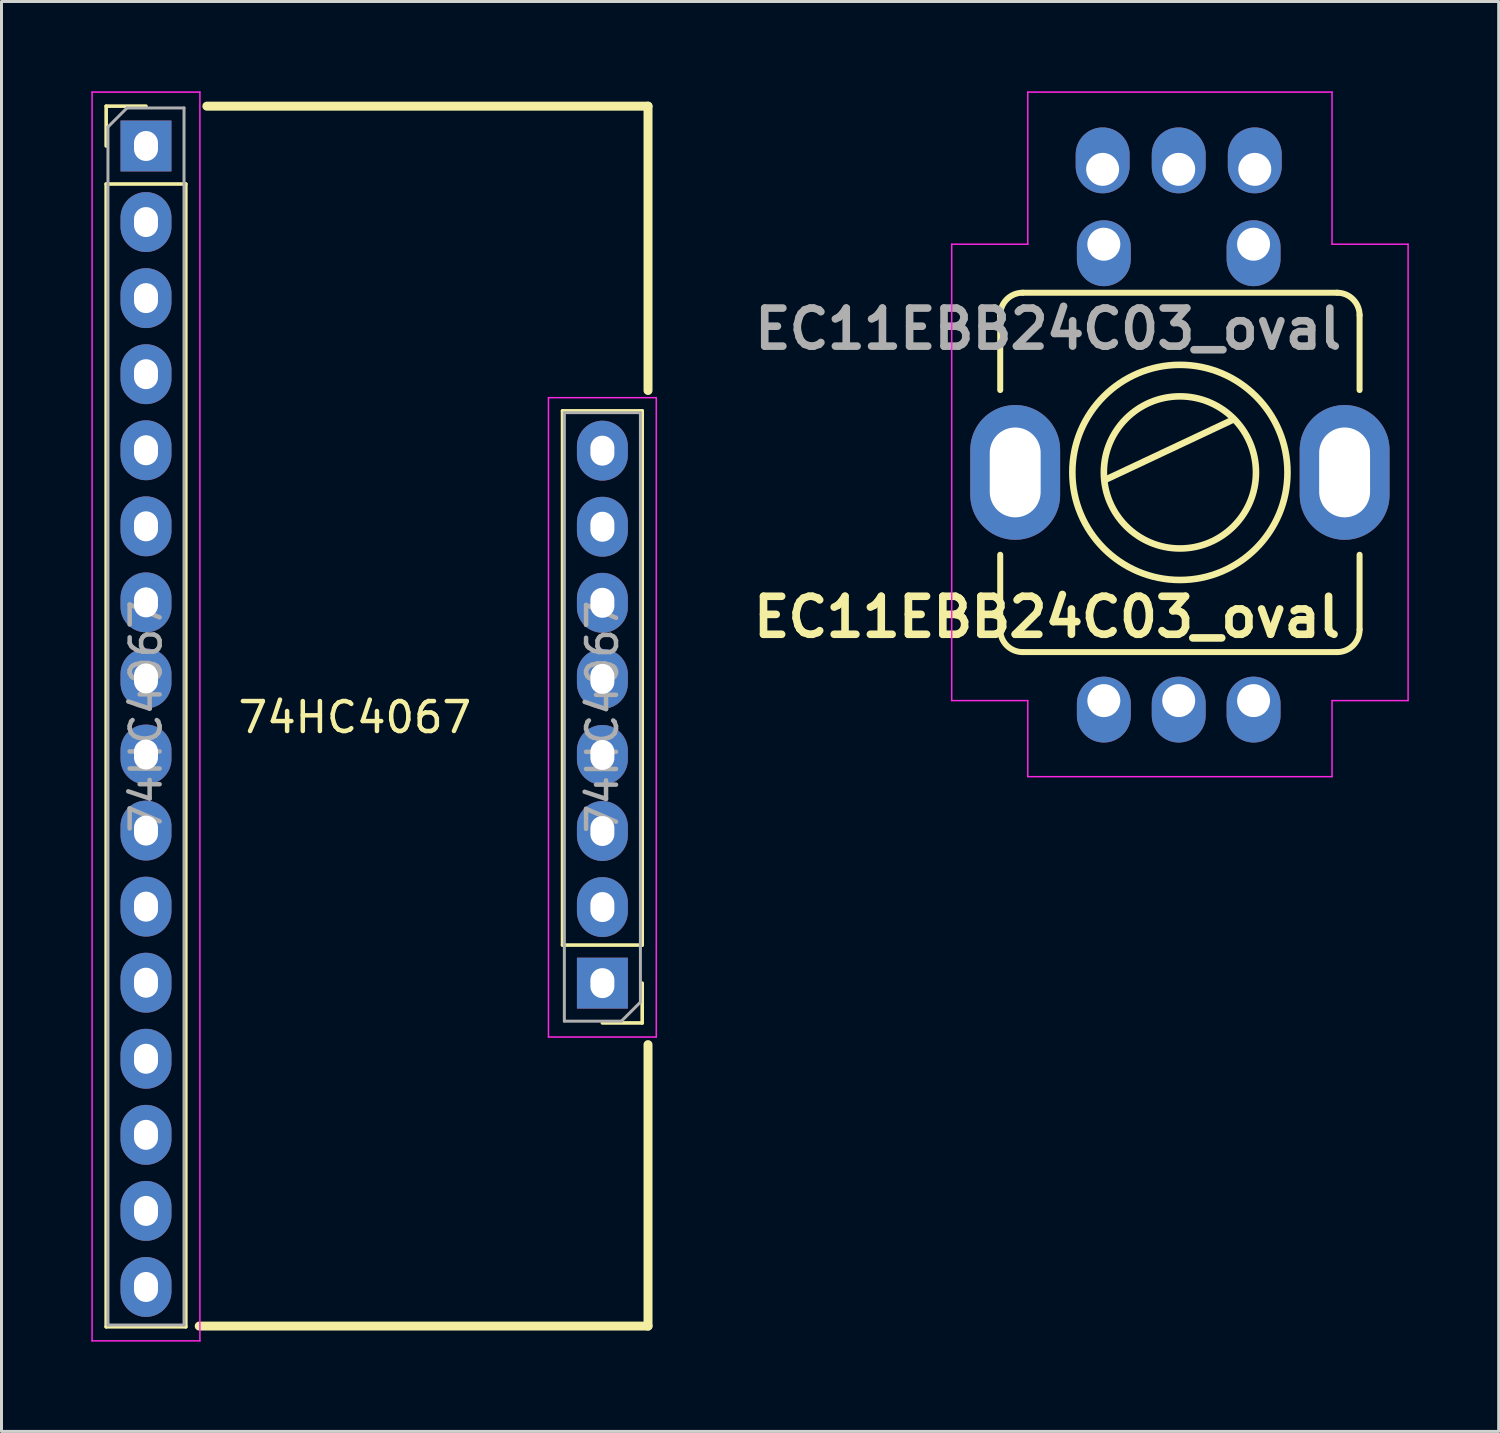
<source format=kicad_pcb>
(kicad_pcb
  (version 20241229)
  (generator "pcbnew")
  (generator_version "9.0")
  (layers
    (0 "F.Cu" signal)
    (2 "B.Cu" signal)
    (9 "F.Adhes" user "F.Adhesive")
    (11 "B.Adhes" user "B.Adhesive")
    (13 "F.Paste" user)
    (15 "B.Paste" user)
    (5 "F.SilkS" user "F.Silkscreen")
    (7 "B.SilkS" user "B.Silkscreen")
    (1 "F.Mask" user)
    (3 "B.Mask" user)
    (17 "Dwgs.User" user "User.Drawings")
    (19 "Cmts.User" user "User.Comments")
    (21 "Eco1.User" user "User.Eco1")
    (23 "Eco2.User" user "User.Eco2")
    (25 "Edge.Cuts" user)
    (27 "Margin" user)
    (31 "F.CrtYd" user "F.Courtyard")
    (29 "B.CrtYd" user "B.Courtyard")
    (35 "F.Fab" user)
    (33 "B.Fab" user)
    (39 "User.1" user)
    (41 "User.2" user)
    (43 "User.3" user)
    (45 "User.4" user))
  (footprint "74HC4067"
    (layer "F.Cu")
    (at 9.445 20.911)
    (property "Reference" "74HC4067" (at -0.646 -0.006 0) (unlocked yes) (layer "F.SilkS") (effects (font (size 1 1) (thickness 0.15))))
    (attr through_hole exclude_from_bom)
    (fp_line (start -8.95 -20.416) (end -7.62 -20.416) (stroke (width 0.12) (type solid)) (layer "F.SilkS"))
    (fp_line (start -8.95 -19.086) (end -8.95 -20.416) (stroke (width 0.12) (type solid)) (layer "F.SilkS"))
    (fp_line (start -8.95 -17.816) (end -8.95 20.344) (stroke (width 0.12) (type solid)) (layer "F.SilkS"))
    (fp_line (start -8.95 -17.816) (end -6.29 -17.816) (stroke (width 0.12) (type solid)) (layer "F.SilkS"))
    (fp_line (start -8.95 20.344) (end -6.29 20.344) (stroke (width 0.12) (type solid)) (layer "F.SilkS"))
    (fp_line (start -6.29 -17.816) (end -6.29 20.344) (stroke (width 0.12) (type solid)) (layer "F.SilkS"))
    (fp_line (start -5.842 20.32) (end 9.144 20.32) (stroke (width 0.3) (type solid)) (layer "F.SilkS"))
    (fp_line (start -5.588 -20.416) (end 9.144 -20.416) (stroke (width 0.3) (type solid)) (layer "F.SilkS"))
    (fp_line (start 6.29 7.598) (end 6.29 -10.242) (stroke (width 0.12) (type solid)) (layer "F.SilkS"))
    (fp_line (start 8.95 -10.242) (end 6.29 -10.242) (stroke (width 0.12) (type solid)) (layer "F.SilkS"))
    (fp_line (start 8.95 7.598) (end 6.29 7.598) (stroke (width 0.12) (type solid)) (layer "F.SilkS"))
    (fp_line (start 8.95 7.598) (end 8.95 -10.242) (stroke (width 0.12) (type solid)) (layer "F.SilkS"))
    (fp_line (start 8.95 8.868) (end 8.95 10.198) (stroke (width 0.12) (type solid)) (layer "F.SilkS"))
    (fp_line (start 8.95 10.198) (end 7.62 10.198) (stroke (width 0.12) (type solid)) (layer "F.SilkS"))
    (fp_line (start 9.144 -10.922) (end 9.144 -20.416) (stroke (width 0.3) (type solid)) (layer "F.SilkS"))
    (fp_line (start 9.144 20.32) (end 9.144 10.922) (stroke (width 0.3) (type solid)) (layer "F.SilkS"))
    (fp_line (start -9.42 -20.886) (end -9.42 20.814) (stroke (width 0.05) (type solid)) (layer "F.CrtYd"))
    (fp_line (start -9.42 20.814) (end -5.82 20.814) (stroke (width 0.05) (type solid)) (layer "F.CrtYd"))
    (fp_line (start -5.82 -20.886) (end -9.42 -20.886) (stroke (width 0.05) (type solid)) (layer "F.CrtYd"))
    (fp_line (start -5.82 20.814) (end -5.82 -20.886) (stroke (width 0.05) (type solid)) (layer "F.CrtYd"))
    (fp_line (start 5.82 -10.682) (end 5.82 10.668) (stroke (width 0.05) (type solid)) (layer "F.CrtYd"))
    (fp_line (start 5.82 10.668) (end 9.42 10.668) (stroke (width 0.05) (type solid)) (layer "F.CrtYd"))
    (fp_line (start 9.42 -10.682) (end 5.82 -10.682) (stroke (width 0.05) (type solid)) (layer "F.CrtYd"))
    (fp_line (start 9.42 10.668) (end 9.42 -10.682) (stroke (width 0.05) (type solid)) (layer "F.CrtYd"))
    (fp_line (start -8.89 -19.721) (end -8.255 -20.356) (stroke (width 0.1) (type solid)) (layer "F.Fab"))
    (fp_line (start -8.89 20.284) (end -8.89 -19.721) (stroke (width 0.1) (type solid)) (layer "F.Fab"))
    (fp_line (start -8.255 -20.356) (end -6.35 -20.356) (stroke (width 0.1) (type solid)) (layer "F.Fab"))
    (fp_line (start -6.35 -20.356) (end -6.35 20.284) (stroke (width 0.1) (type solid)) (layer "F.Fab"))
    (fp_line (start -6.35 20.284) (end -8.89 20.284) (stroke (width 0.1) (type solid)) (layer "F.Fab"))
    (fp_line (start 6.35 -10.182) (end 8.89 -10.182) (stroke (width 0.1) (type solid)) (layer "F.Fab"))
    (fp_line (start 6.35 10.138) (end 6.35 -10.182) (stroke (width 0.1) (type solid)) (layer "F.Fab"))
    (fp_line (start 8.255 10.138) (end 6.35 10.138) (stroke (width 0.1) (type solid)) (layer "F.Fab"))
    (fp_line (start 8.89 -10.182) (end 8.89 9.503) (stroke (width 0.1) (type solid)) (layer "F.Fab"))
    (fp_line (start 8.89 9.503) (end 8.255 10.138) (stroke (width 0.1) (type solid)) (layer "F.Fab"))
    (fp_text user "${REFERENCE}" (at -7.62 -0.036 270) (layer "F.Fab") (effects (font (size 1 1) (thickness 0.15))))
    (fp_text user "${REFERENCE}" (at 7.62 -0.022 270) (layer "F.Fab") (effects (font (size 1 1) (thickness 0.15))))
    (pad "1" thru_hole rect (at 7.62 8.868 180) (size 1.7 1.7) (drill oval 0.8 1) (layers "*.Cu" "*.Mask"))
    (pad "2" thru_hole oval (at 7.62 6.328) (size 1.7 2) (drill oval 0.8 1) (layers "*.Cu" "*.Mask"))
    (pad "3" thru_hole oval (at 7.62 3.788) (size 1.7 2) (drill oval 0.8 1) (layers "*.Cu" "*.Mask"))
    (pad "4" thru_hole oval (at 7.62 1.248) (size 1.7 2) (drill oval 0.8 1) (layers "*.Cu" "*.Mask"))
    (pad "5" thru_hole oval (at 7.62 -1.292) (size 1.7 2) (drill oval 0.8 1) (layers "*.Cu" "*.Mask"))
    (pad "6" thru_hole oval (at 7.62 -3.832) (size 1.7 2) (drill oval 0.8 1) (layers "*.Cu" "*.Mask"))
    (pad "7" thru_hole oval (at 7.62 -6.372) (size 1.7 2) (drill oval 0.8 1) (layers "*.Cu" "*.Mask"))
    (pad "8" thru_hole oval (at 7.62 -8.912) (size 1.7 2) (drill oval 0.8 1) (layers "*.Cu" "*.Mask"))
    (pad "9" thru_hole oval (at -7.62 19.014) (size 1.7 2) (drill oval 0.8 1) (layers "*.Cu" "*.Mask"))
    (pad "10" thru_hole oval (at -7.62 16.474) (size 1.7 2) (drill oval 0.8 1) (layers "*.Cu" "*.Mask"))
    (pad "11" thru_hole oval (at -7.62 13.934) (size 1.7 2) (drill oval 0.8 1) (layers "*.Cu" "*.Mask"))
    (pad "12" thru_hole oval (at -7.62 11.394) (size 1.7 2) (drill oval 0.8 1) (layers "*.Cu" "*.Mask"))
    (pad "13" thru_hole oval (at -7.62 8.854) (size 1.7 2) (drill oval 0.8 1) (layers "*.Cu" "*.Mask"))
    (pad "14" thru_hole oval (at -7.62 6.314) (size 1.7 2) (drill oval 0.8 1) (layers "*.Cu" "*.Mask"))
    (pad "15" thru_hole oval (at -7.62 3.774) (size 1.7 2) (drill oval 0.8 1) (layers "*.Cu" "*.Mask"))
    (pad "16" thru_hole oval (at -7.62 1.234) (size 1.7 2) (drill oval 0.8 1) (layers "*.Cu" "*.Mask"))
    (pad "17" thru_hole oval (at -7.62 -1.306) (size 1.7 2) (drill oval 0.8 1) (layers "*.Cu" "*.Mask"))
    (pad "18" thru_hole oval (at -7.62 -3.846) (size 1.7 2) (drill oval 0.8 1) (layers "*.Cu" "*.Mask"))
    (pad "19" thru_hole oval (at -7.62 -6.386) (size 1.7 2) (drill oval 0.8 1) (layers "*.Cu" "*.Mask"))
    (pad "20" thru_hole oval (at -7.62 -8.926) (size 1.7 2) (drill oval 0.8 1) (layers "*.Cu" "*.Mask"))
    (pad "21" thru_hole oval (at -7.62 -11.466) (size 1.7 2) (drill oval 0.8 1) (layers "*.Cu" "*.Mask"))
    (pad "22" thru_hole oval (at -7.62 -14.006) (size 1.7 2) (drill oval 0.8 1) (layers "*.Cu" "*.Mask"))
    (pad "23" thru_hole oval (at -7.62 -16.546) (size 1.7 2) (drill oval 0.8 1) (layers "*.Cu" "*.Mask"))
    (pad "24" thru_hole rect (at -7.62 -19.086 90) (size 1.7 1.7) (drill oval 1 0.8) (layers "*.Cu" "*.Mask")))
  (footprint "EC11EBB24C03_oval"
    (layer "F.Cu")
    (at 36.35 12.725)
    (property "Reference" "EC11EBB24C03_oval" (at -4.439 4.831 180) (layer "F.SilkS") (effects (font (size 1.27 1.27) (thickness 0.254))))
    (attr through_hole)
    (fp_line (start -6 -2.75) (end -6 -5.25) (stroke (width 0.2) (type default)) (layer "F.SilkS"))
    (fp_line (start -6 2.75) (end -6 5.25) (stroke (width 0.2) (type default)) (layer "F.SilkS"))
    (fp_line (start -5.25 -6) (end 5.25 -6) (stroke (width 0.2) (type default)) (layer "F.SilkS"))
    (fp_line (start -2.5 0.25) (end 1.75 -1.75) (stroke (width 0.22) (type solid)) (layer "F.SilkS"))
    (fp_line (start 5.25 6) (end -5.25 6) (stroke (width 0.2) (type default)) (layer "F.SilkS"))
    (fp_line (start 6 -2.75) (end 6 -5.25) (stroke (width 0.2) (type default)) (layer "F.SilkS"))
    (fp_line (start 6 2.75) (end 6 5.25) (stroke (width 0.2) (type default)) (layer "F.SilkS"))
    (fp_arc (start -6 -5.25) (mid -5.78033 -5.78033) (end -5.25 -6) (stroke (width 0.2) (type default)) (layer "F.SilkS"))
    (fp_arc (start -5.25 6) (mid -5.78033 5.78033) (end -6 5.25) (stroke (width 0.2) (type default)) (layer "F.SilkS"))
    (fp_arc (start 5.25 -6) (mid 5.78033 -5.78033) (end 6 -5.25) (stroke (width 0.2) (type default)) (layer "F.SilkS"))
    (fp_arc (start 6 5.25) (mid 5.78033 5.78033) (end 5.25 6) (stroke (width 0.2) (type default)) (layer "F.SilkS"))
    (fp_circle (center 0 0) (end 2.54 0) (stroke (width 0.22) (type solid)) (fill no) (layer "F.SilkS"))
    (fp_circle (center 0 0) (end 3.592 0) (stroke (width 0.22) (type solid)) (fill no) (layer "F.SilkS"))
    (fp_line (start -7.62 -7.62) (end -5.08 -7.62) (stroke (width 0.05) (type solid)) (layer "F.CrtYd"))
    (fp_line (start -7.62 7.62) (end -7.62 -7.62) (stroke (width 0.05) (type solid)) (layer "F.CrtYd"))
    (fp_line (start -5.08 -12.7) (end 5.08 -12.7) (stroke (width 0.05) (type solid)) (layer "F.CrtYd"))
    (fp_line (start -5.08 -7.62) (end -5.08 -12.7) (stroke (width 0.05) (type solid)) (layer "F.CrtYd"))
    (fp_line (start -5.08 7.62) (end -7.62 7.62) (stroke (width 0.05) (type solid)) (layer "F.CrtYd"))
    (fp_line (start -5.08 10.16) (end -5.08 7.62) (stroke (width 0.05) (type solid)) (layer "F.CrtYd"))
    (fp_line (start 5.08 -12.7) (end 5.08 -7.62) (stroke (width 0.05) (type solid)) (layer "F.CrtYd"))
    (fp_line (start 5.08 -7.62) (end 7.62 -7.62) (stroke (width 0.05) (type solid)) (layer "F.CrtYd"))
    (fp_line (start 5.08 7.62) (end 5.08 10.16) (stroke (width 0.05) (type solid)) (layer "F.CrtYd"))
    (fp_line (start 5.08 10.16) (end -5.08 10.16) (stroke (width 0.05) (type solid)) (layer "F.CrtYd"))
    (fp_line (start 7.62 -7.62) (end 7.62 7.62) (stroke (width 0.05) (type solid)) (layer "F.CrtYd"))
    (fp_line (start 7.62 7.62) (end 5.08 7.62) (stroke (width 0.05) (type solid)) (layer "F.CrtYd"))
    (fp_text user "${REFERENCE}" (at -4.399 -4.792 180) (layer "F.Fab") (effects (font (size 1.27 1.27) (thickness 0.254))))
    (pad "A1" thru_hole oval (at -2.54 7.62) (size 1.8 2.2) (drill 1.1 (offset 0 0.3)) (layers "*.Cu" "*.Mask"))
    (pad "A2" thru_hole oval (at -2.58 -10.12) (size 1.8 2.2) (drill 1.1 (offset 0 -0.3)) (layers "*.Cu" "*.Mask"))
    (pad "B1" thru_hole oval (at 2.46 7.62) (size 1.8 2.2) (drill 1.1 (offset 0 0.3)) (layers "*.Cu" "*.Mask"))
    (pad "B2" thru_hole oval (at 2.5 -10.12) (size 1.8 2.2) (drill 1.1 (offset 0 -0.3)) (layers "*.Cu" "*.Mask"))
    (pad "C1" thru_hole oval (at -0.04 7.62) (size 1.8 2.2) (drill 1.1 (offset 0 0.3)) (layers "*.Cu" "*.Mask"))
    (pad "C2" thru_hole oval (at -0.04 -10.12) (size 1.8 2.2) (drill 1.1 (offset 0 -0.3)) (layers "*.Cu" "*.Mask"))
    (pad "D1" thru_hole oval (at -2.54 -7.62) (size 1.8 2.2) (drill 1.1 (offset 0 0.3)) (layers "*.Cu" "*.Mask"))
    (pad "E1" thru_hole oval (at 2.46 -7.62) (size 1.8 2.2) (drill 1.1 (offset 0 0.3)) (layers "*.Cu" "*.Mask"))
    (pad "MH1" thru_hole oval (at -5.5 0) (size 3 4.5) (drill oval 1.7 3) (layers "*.Cu" "*.Mask"))
    (pad "MH2" thru_hole oval (at 5.5 0) (size 3 4.5) (drill oval 1.7 3) (layers "*.Cu" "*.Mask")))
  (gr_rect
    (start -3 -3)
    (end 46.995 44.75)
    (stroke (width 0.1) (type default))
    (fill no)
    (layer "Edge.Cuts")))
</source>
